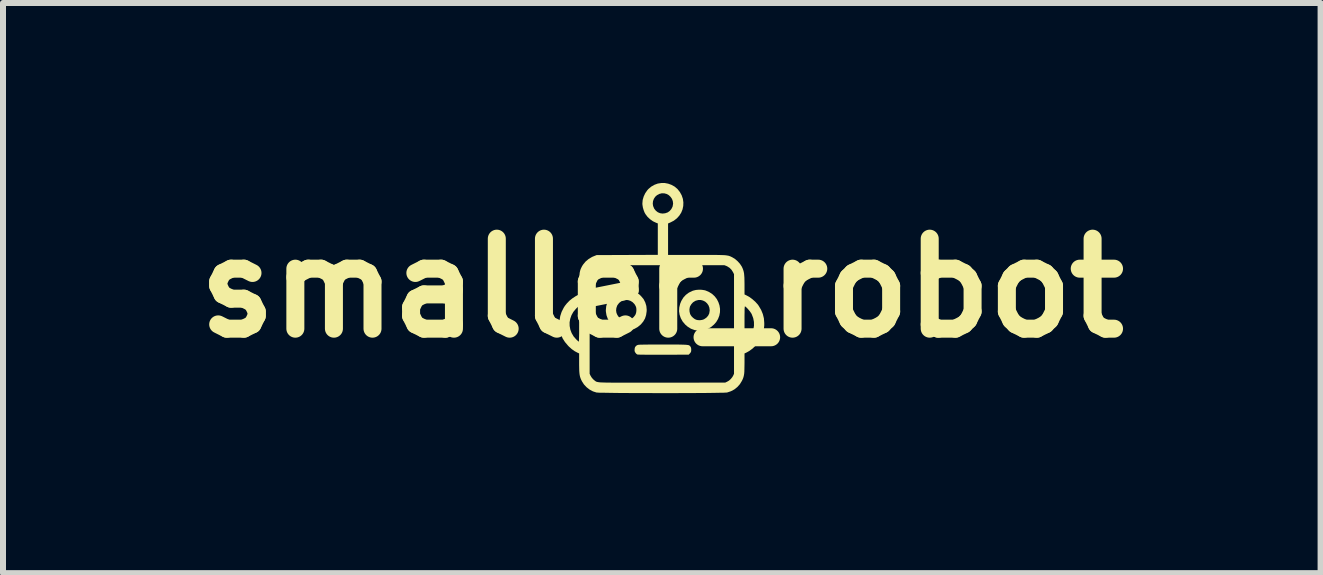
<source format=kicad_pcb>
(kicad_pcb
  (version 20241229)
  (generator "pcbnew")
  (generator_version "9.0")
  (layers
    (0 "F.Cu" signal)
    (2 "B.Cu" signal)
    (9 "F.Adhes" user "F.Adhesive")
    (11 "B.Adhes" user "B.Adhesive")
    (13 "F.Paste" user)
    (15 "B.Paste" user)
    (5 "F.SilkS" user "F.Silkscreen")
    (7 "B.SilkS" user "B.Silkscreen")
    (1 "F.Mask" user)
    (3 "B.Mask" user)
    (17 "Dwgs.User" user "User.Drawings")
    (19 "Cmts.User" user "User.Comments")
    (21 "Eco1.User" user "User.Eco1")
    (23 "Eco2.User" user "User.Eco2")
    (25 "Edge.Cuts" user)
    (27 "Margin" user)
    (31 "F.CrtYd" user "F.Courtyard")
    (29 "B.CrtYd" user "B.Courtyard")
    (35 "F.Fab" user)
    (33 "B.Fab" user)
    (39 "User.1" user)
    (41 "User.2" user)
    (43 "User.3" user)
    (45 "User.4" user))
  (footprint "smaller_robot"
    (layer "F.Cu")
    (at 7.979 1.749)
    (property "Reference" "smaller_robot" (at 0 0 0) (layer "F.SilkS") (effects (font (size 1.5 1.5) (thickness 0.3))))
    (attr board_only exclude_from_pos_files exclude_from_bom)
    (fp_poly (pts (xy 0.172 0.943) (xy 0.233 0.943) (xy 0.285 0.943) (xy 0.328 0.944) (xy 0.364 0.945) (xy 0.392 0.946) (xy 0.414 0.948) (xy 0.431 0.95) (xy 0.444 0.952) (xy 0.454 0.956) (xy 0.461 0.96) (xy 0.467 0.965) (xy 0.472 0.97) (xy 0.477 0.977) (xy 0.477 0.977) (xy 0.485 0.992) (xy 0.489 1.011) (xy 0.49 1.03) (xy 0.489 1.051) (xy 0.485 1.066) (xy 0.477 1.079) (xy 0.469 1.089) (xy 0.448 1.111) (xy 0.026 1.113) (xy -0.045 1.113) (xy -0.112 1.113) (xy -0.175 1.113) (xy -0.233 1.112) (xy -0.284 1.112) (xy -0.328 1.111) (xy -0.363 1.111) (xy -0.389 1.11) (xy -0.404 1.109) (xy -0.408 1.109) (xy -0.424 1.098) (xy -0.439 1.081) (xy -0.45 1.062) (xy -0.454 1.048) (xy -0.453 1.014) (xy -0.447 0.988) (xy -0.432 0.968) (xy -0.415 0.955) (xy -0.41 0.953) (xy -0.405 0.951) (xy -0.399 0.949) (xy -0.389 0.947) (xy -0.377 0.946) (xy -0.359 0.945) (xy -0.337 0.945) (xy -0.308 0.944) (xy -0.272 0.944) (xy -0.229 0.943) (xy -0.176 0.943) (xy -0.113 0.943) (xy -0.04 0.943) (xy 0.017 0.943) (xy 0.1 0.943)) (stroke (width 0) (type solid)) (fill yes) (layer "F.SilkS"))
    (fp_poly (pts (xy -0.526 0.034) (xy -0.47 0.049) (xy -0.418 0.075) (xy -0.369 0.113) (xy -0.345 0.137) (xy -0.304 0.186) (xy -0.276 0.241) (xy -0.258 0.3) (xy -0.252 0.363) (xy -0.253 0.389) (xy -0.262 0.451) (xy -0.28 0.508) (xy -0.31 0.56) (xy -0.351 0.609) (xy -0.355 0.612) (xy -0.404 0.652) (xy -0.458 0.682) (xy -0.517 0.702) (xy -0.578 0.71) (xy -0.64 0.707) (xy -0.672 0.701) (xy -0.731 0.681) (xy -0.785 0.651) (xy -0.832 0.612) (xy -0.871 0.565) (xy -0.901 0.513) (xy -0.922 0.455) (xy -0.932 0.394) (xy -0.933 0.376) (xy -0.762 0.376) (xy -0.756 0.415) (xy -0.741 0.45) (xy -0.719 0.482) (xy -0.69 0.507) (xy -0.656 0.526) (xy -0.618 0.536) (xy -0.576 0.537) (xy -0.533 0.527) (xy -0.531 0.527) (xy -0.5 0.51) (xy -0.47 0.485) (xy -0.446 0.455) (xy -0.438 0.441) (xy -0.429 0.415) (xy -0.424 0.382) (xy -0.424 0.349) (xy -0.428 0.323) (xy -0.436 0.302) (xy -0.449 0.279) (xy -0.458 0.266) (xy -0.489 0.235) (xy -0.524 0.214) (xy -0.563 0.202) (xy -0.603 0.2) (xy -0.642 0.208) (xy -0.679 0.224) (xy -0.712 0.25) (xy -0.738 0.284) (xy -0.744 0.294) (xy -0.758 0.335) (xy -0.762 0.376) (xy -0.933 0.376) (xy -0.933 0.371) (xy -0.927 0.306) (xy -0.911 0.246) (xy -0.884 0.192) (xy -0.845 0.141) (xy -0.833 0.129) (xy -0.784 0.087) (xy -0.731 0.056) (xy -0.673 0.037) (xy -0.61 0.029) (xy -0.588 0.029)) (stroke (width 0) (type solid)) (fill yes) (layer "F.SilkS"))
    (fp_poly (pts (xy 0.664 0.03) (xy 0.709 0.037) (xy 0.729 0.042) (xy 0.787 0.067) (xy 0.839 0.1) (xy 0.882 0.14) (xy 0.917 0.186) (xy 0.943 0.237) (xy 0.961 0.291) (xy 0.97 0.347) (xy 0.969 0.404) (xy 0.958 0.461) (xy 0.937 0.516) (xy 0.906 0.568) (xy 0.87 0.609) (xy 0.822 0.65) (xy 0.766 0.681) (xy 0.737 0.693) (xy 0.704 0.701) (xy 0.664 0.707) (xy 0.622 0.709) (xy 0.581 0.707) (xy 0.548 0.702) (xy 0.545 0.701) (xy 0.485 0.679) (xy 0.432 0.646) (xy 0.389 0.609) (xy 0.347 0.559) (xy 0.316 0.504) (xy 0.296 0.446) (xy 0.287 0.386) (xy 0.289 0.355) (xy 0.46 0.355) (xy 0.462 0.393) (xy 0.47 0.428) (xy 0.477 0.445) (xy 0.494 0.471) (xy 0.519 0.496) (xy 0.547 0.517) (xy 0.571 0.529) (xy 0.602 0.536) (xy 0.637 0.537) (xy 0.672 0.532) (xy 0.702 0.522) (xy 0.702 0.522) (xy 0.741 0.496) (xy 0.771 0.463) (xy 0.79 0.425) (xy 0.797 0.381) (xy 0.798 0.371) (xy 0.792 0.327) (xy 0.777 0.288) (xy 0.753 0.255) (xy 0.723 0.228) (xy 0.687 0.21) (xy 0.648 0.2) (xy 0.607 0.201) (xy 0.565 0.212) (xy 0.555 0.217) (xy 0.52 0.239) (xy 0.492 0.27) (xy 0.471 0.305) (xy 0.466 0.321) (xy 0.46 0.355) (xy 0.289 0.355) (xy 0.291 0.324) (xy 0.306 0.262) (xy 0.325 0.216) (xy 0.358 0.161) (xy 0.4 0.115) (xy 0.451 0.077) (xy 0.511 0.048) (xy 0.527 0.043) (xy 0.568 0.033) (xy 0.615 0.029)) (stroke (width 0) (type solid)) (fill yes) (layer "F.SilkS"))
    (fp_poly (pts (xy 0.05 -1.749) (xy 0.107 -1.738) (xy 0.162 -1.718) (xy 0.214 -1.689) (xy 0.26 -1.65) (xy 0.299 -1.601) (xy 0.3 -1.6) (xy 0.331 -1.544) (xy 0.351 -1.485) (xy 0.359 -1.426) (xy 0.357 -1.367) (xy 0.345 -1.309) (xy 0.323 -1.255) (xy 0.291 -1.205) (xy 0.25 -1.16) (xy 0.201 -1.122) (xy 0.143 -1.092) (xy 0.139 -1.09) (xy 0.104 -1.075) (xy 0.104 -0.813) (xy 0.104 -0.551) (xy 0.58 -0.551) (xy 0.671 -0.551) (xy 0.751 -0.551) (xy 0.82 -0.551) (xy 0.879 -0.551) (xy 0.93 -0.55) (xy 0.972 -0.549) (xy 1.008 -0.548) (xy 1.038 -0.547) (xy 1.063 -0.545) (xy 1.084 -0.542) (xy 1.101 -0.539) (xy 1.116 -0.536) (xy 1.13 -0.531) (xy 1.143 -0.526) (xy 1.156 -0.52) (xy 1.17 -0.513) (xy 1.176 -0.51) (xy 1.22 -0.483) (xy 1.263 -0.446) (xy 1.301 -0.404) (xy 1.331 -0.359) (xy 1.336 -0.349) (xy 1.348 -0.323) (xy 1.357 -0.298) (xy 1.364 -0.273) (xy 1.37 -0.244) (xy 1.373 -0.211) (xy 1.376 -0.172) (xy 1.377 -0.125) (xy 1.378 -0.067) (xy 1.378 -0.05) (xy 1.378 0.108) (xy 1.404 0.12) (xy 1.456 0.148) (xy 1.507 0.185) (xy 1.556 0.228) (xy 1.598 0.274) (xy 1.615 0.298) (xy 1.655 0.366) (xy 1.683 0.434) (xy 1.701 0.506) (xy 1.707 0.582) (xy 1.707 0.623) (xy 1.699 0.7) (xy 1.682 0.769) (xy 1.656 0.833) (xy 1.619 0.894) (xy 1.571 0.953) (xy 1.565 0.959) (xy 1.513 1.009) (xy 1.457 1.05) (xy 1.407 1.078) (xy 1.378 1.091) (xy 1.378 1.251) (xy 1.377 1.31) (xy 1.376 1.358) (xy 1.375 1.398) (xy 1.372 1.431) (xy 1.367 1.459) (xy 1.361 1.484) (xy 1.353 1.508) (xy 1.342 1.533) (xy 1.334 1.549) (xy 1.301 1.603) (xy 1.258 1.651) (xy 1.208 1.691) (xy 1.151 1.721) (xy 1.091 1.741) (xy 1.086 1.742) (xy 1.074 1.743) (xy 1.051 1.744) (xy 1.017 1.746) (xy 0.973 1.746) (xy 0.92 1.747) (xy 0.859 1.748) (xy 0.79 1.749) (xy 0.714 1.75) (xy 0.633 1.75) (xy 0.546 1.751) (xy 0.455 1.751) (xy 0.36 1.751) (xy 0.263 1.752) (xy 0.163 1.752) (xy 0.062 1.752) (xy -0.039 1.752) (xy -0.141 1.752) (xy -0.241 1.751) (xy -0.339 1.751) (xy -0.434 1.751) (xy -0.526 1.751) (xy -0.614 1.75) (xy -0.697 1.75) (xy -0.774 1.749) (xy -0.845 1.748) (xy -0.908 1.747) (xy -0.963 1.746) (xy -1.01 1.746) (xy -1.046 1.745) (xy -1.072 1.743) (xy -1.087 1.742) (xy -1.089 1.742) (xy -1.148 1.723) (xy -1.204 1.693) (xy -1.254 1.654) (xy -1.298 1.607) (xy -1.332 1.554) (xy -1.333 1.552) (xy -1.345 1.527) (xy -1.355 1.503) (xy -1.363 1.478) (xy -1.369 1.45) (xy -1.373 1.419) (xy -1.376 1.381) (xy -1.377 1.336) (xy -1.378 1.281) (xy -1.378 1.25) (xy -1.378 1.091) (xy -1.406 1.078) (xy -1.453 1.053) (xy -1.501 1.019) (xy -1.548 0.977) (xy -1.565 0.959) (xy -1.614 0.901) (xy -1.652 0.842) (xy -1.679 0.779) (xy -1.697 0.711) (xy -1.706 0.636) (xy -1.707 0.623) (xy -1.706 0.572) (xy -1.537 0.572) (xy -1.536 0.633) (xy -1.525 0.693) (xy -1.503 0.751) (xy -1.471 0.806) (xy -1.431 0.852) (xy -1.413 0.87) (xy -1.397 0.884) (xy -1.387 0.893) (xy -1.384 0.894) (xy -1.382 0.888) (xy -1.381 0.87) (xy -1.38 0.841) (xy -1.379 0.802) (xy -1.378 0.752) (xy -1.378 0.692) (xy -1.378 0.623) (xy -1.378 0.6) (xy -1.378 0.522) (xy -1.378 0.457) (xy -1.379 0.403) (xy -1.38 0.361) (xy -1.381 0.331) (xy -1.382 0.313) (xy -1.384 0.306) (xy -1.384 0.306) (xy -1.391 0.31) (xy -1.404 0.321) (xy -1.421 0.337) (xy -1.432 0.348) (xy -1.474 0.398) (xy -1.505 0.453) (xy -1.526 0.512) (xy -1.537 0.572) (xy -1.706 0.572) (xy -1.705 0.544) (xy -1.693 0.469) (xy -1.67 0.398) (xy -1.635 0.329) (xy -1.616 0.299) (xy -1.581 0.255) (xy -1.538 0.211) (xy -1.489 0.172) (xy -1.439 0.139) (xy -1.404 0.12) (xy -1.378 0.108) (xy -1.378 -0.05) (xy -1.377 -0.115) (xy -1.376 -0.169) (xy -1.373 -0.214) (xy -1.371 -0.23) (xy -1.203 -0.23) (xy -1.203 0.6) (xy -1.203 1.43) (xy -1.19 1.458) (xy -1.171 1.49) (xy -1.146 1.52) (xy -1.118 1.544) (xy -1.11 1.55) (xy -1.105 1.554) (xy -1.099 1.557) (xy -1.094 1.56) (xy -1.088 1.563) (xy -1.08 1.565) (xy -1.071 1.567) (xy -1.06 1.569) (xy -1.046 1.571) (xy -1.028 1.573) (xy -1.007 1.574) (xy -0.98 1.575) (xy -0.949 1.576) (xy -0.912 1.577) (xy -0.869 1.577) (xy -0.819 1.578) (xy -0.762 1.578) (xy -0.697 1.578) (xy -0.623 1.578) (xy -0.541 1.578) (xy -0.449 1.578) (xy -0.347 1.578) (xy -0.234 1.578) (xy -0.11 1.578) (xy 0.009 1.578) (xy 1.056 1.577) (xy 1.088 1.562) (xy 1.119 1.544) (xy 1.149 1.517) (xy 1.175 1.485) (xy 1.19 1.459) (xy 1.203 1.43) (xy 1.203 0.6) (xy 1.378 0.6) (xy 1.378 0.67) (xy 1.378 0.731) (xy 1.379 0.784) (xy 1.38 0.827) (xy 1.381 0.86) (xy 1.382 0.882) (xy 1.383 0.893) (xy 1.384 0.894) (xy 1.39 0.89) (xy 1.403 0.879) (xy 1.42 0.863) (xy 1.432 0.852) (xy 1.473 0.803) (xy 1.505 0.748) (xy 1.526 0.689) (xy 1.536 0.627) (xy 1.535 0.565) (xy 1.523 0.502) (xy 1.5 0.442) (xy 1.496 0.432) (xy 1.483 0.412) (xy 1.467 0.389) (xy 1.448 0.366) (xy 1.429 0.344) (xy 1.41 0.325) (xy 1.395 0.312) (xy 1.385 0.306) (xy 1.385 0.306) (xy 1.383 0.31) (xy 1.382 0.321) (xy 1.38 0.341) (xy 1.379 0.37) (xy 1.379 0.409) (xy 1.378 0.458) (xy 1.378 0.518) (xy 1.378 0.59) (xy 1.378 0.6) (xy 1.203 0.6) (xy 1.203 -0.23) (xy 1.186 -0.264) (xy 1.162 -0.302) (xy 1.13 -0.335) (xy 1.092 -0.359) (xy 1.076 -0.367) (xy 1.041 -0.38) (xy 0 -0.38) (xy -1.041 -0.38) (xy -1.076 -0.367) (xy -1.114 -0.346) (xy -1.149 -0.317) (xy -1.177 -0.281) (xy -1.186 -0.264) (xy -1.203 -0.23) (xy -1.371 -0.23) (xy -1.369 -0.252) (xy -1.362 -0.285) (xy -1.353 -0.314) (xy -1.341 -0.34) (xy -1.327 -0.367) (xy -1.311 -0.391) (xy -1.27 -0.441) (xy -1.22 -0.483) (xy -1.161 -0.518) (xy -1.127 -0.532) (xy -1.087 -0.548) (xy -0.577 -0.55) (xy -0.067 -0.552) (xy -0.067 -0.814) (xy -0.067 -1.076) (xy -0.096 -1.087) (xy -0.147 -1.111) (xy -0.195 -1.145) (xy -0.238 -1.185) (xy -0.272 -1.23) (xy -0.287 -1.256) (xy -0.303 -1.297) (xy -0.316 -1.342) (xy -0.323 -1.387) (xy -0.324 -1.404) (xy -0.151 -1.404) (xy -0.145 -1.365) (xy -0.127 -1.322) (xy -0.1 -1.288) (xy -0.067 -1.262) (xy -0.029 -1.246) (xy 0.012 -1.24) (xy 0.056 -1.245) (xy 0.097 -1.259) (xy 0.13 -1.282) (xy 0.158 -1.314) (xy 0.178 -1.353) (xy 0.181 -1.364) (xy 0.188 -1.406) (xy 0.183 -1.447) (xy 0.169 -1.485) (xy 0.146 -1.518) (xy 0.117 -1.546) (xy 0.082 -1.566) (xy 0.042 -1.577) (xy -0.000123 -1.578) (xy -0.000257 -1.578) (xy -0.043 -1.567) (xy -0.08 -1.547) (xy -0.111 -1.519) (xy -0.133 -1.485) (xy -0.147 -1.446) (xy -0.151 -1.404) (xy -0.324 -1.404) (xy -0.324 -1.41) (xy -0.319 -1.467) (xy -0.302 -1.525) (xy -0.276 -1.58) (xy -0.241 -1.63) (xy -0.223 -1.65) (xy -0.175 -1.69) (xy -0.122 -1.72) (xy -0.067 -1.74) (xy -0.009 -1.749)) (stroke (width 0) (type solid)) (fill yes) (layer "F.SilkS")))
  (gr_rect
    (start -3 -3)
    (end 18.957 6.501)
    (stroke (width 0.1) (type default))
    (fill no)
    (layer "Edge.Cuts")))
</source>
